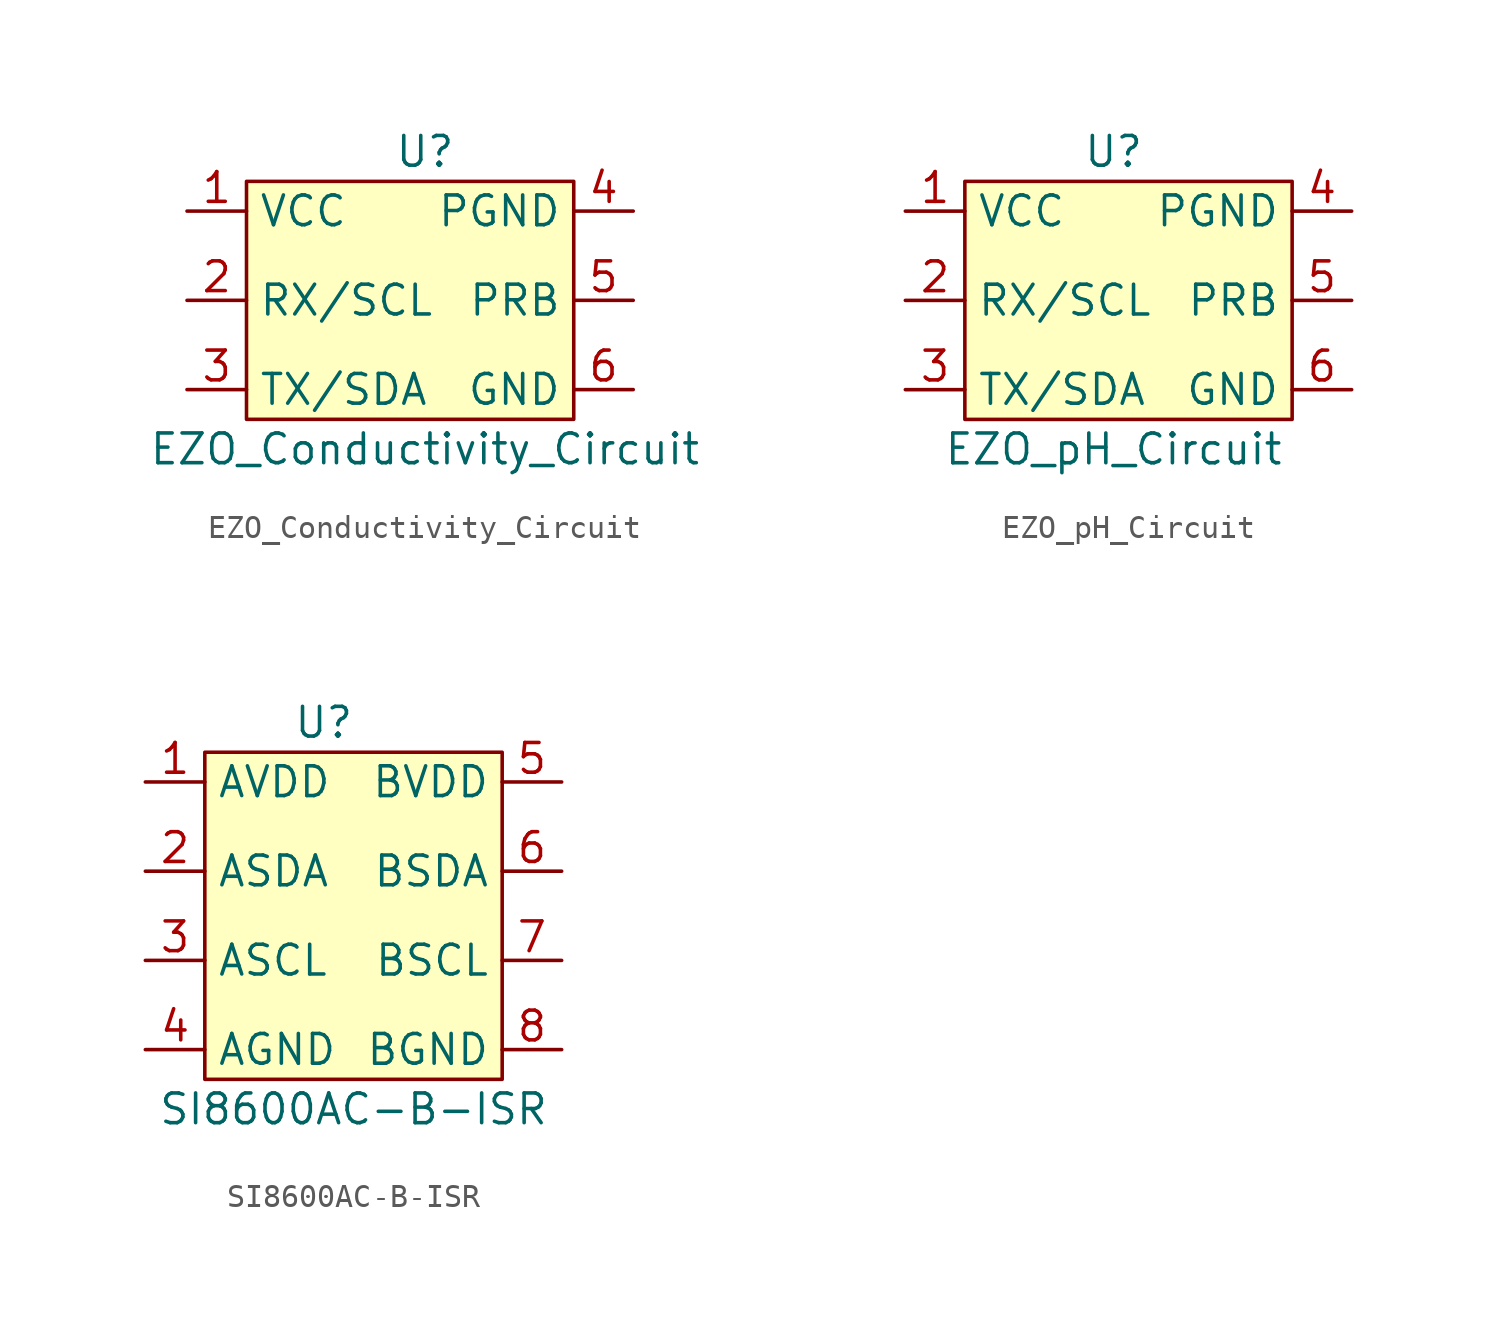
<source format=kicad_sym>
(kicad_symbol_lib
  (version 20211014)
  (generator kicad_symbol_editor)
  (symbol "EZO_Conductivity_Circuit"
    (property "Reference" "U"
      (at 0 7.62 0)
      (effects (font (size 1.27 1.27))))
    (property "Value" "EZO_Conductivity_Circuit"
      (at 0 -5.08 0)
      (effects (font (size 1.27 1.27))))
    (symbol "EZO_Conductivity_Circuit_0_1"
      (rectangle (start -7.62 6.35) (end 6.35 -3.81) (stroke (width 0) (type default) (color 0 0 0 0)) (fill (type background))))
    (symbol "EZO_Conductivity_Circuit_1_1"
      (pin input line (at -10.16 5.08 0) (length 2.54) (name "VCC" (effects (font (size 1.27 1.27)))) (number "1" (effects (font (size 1.27 1.27)))))
      (pin input line (at -10.16 1.27 0) (length 2.54) (name "RX/SCL" (effects (font (size 1.27 1.27)))) (number "2" (effects (font (size 1.27 1.27)))))
      (pin output line (at -10.16 -2.54 0) (length 2.54) (name "TX/SDA" (effects (font (size 1.27 1.27)))) (number "3" (effects (font (size 1.27 1.27)))))
      (pin input line (at 8.89 5.08 180) (length 2.54) (name "PGND" (effects (font (size 1.27 1.27)))) (number "4" (effects (font (size 1.27 1.27)))))
      (pin input line (at 8.89 1.27 180) (length 2.54) (name "PRB" (effects (font (size 1.27 1.27)))) (number "5" (effects (font (size 1.27 1.27)))))
      (pin input line (at 8.89 -2.54 180) (length 2.54) (name "GND" (effects (font (size 1.27 1.27)))) (number "6" (effects (font (size 1.27 1.27)))))))
  (symbol "EZO_pH_Circuit"
    (property "Reference" "U"
      (at 0 8.89 0)
      (effects (font (size 1.27 1.27))))
    (property "Value" "EZO_pH_Circuit"
      (at 0 -3.81 0)
      (effects (font (size 1.27 1.27))))
    (symbol "EZO_pH_Circuit_0_1"
      (rectangle (start -6.35 7.62) (end 7.62 -2.54) (stroke (width 0) (type default) (color 0 0 0 0)) (fill (type background))))
    (symbol "EZO_pH_Circuit_1_1"
      (pin input line (at -8.89 6.35 0) (length 2.54) (name "VCC" (effects (font (size 1.27 1.27)))) (number "1" (effects (font (size 1.27 1.27)))))
      (pin input line (at -8.89 2.54 0) (length 2.54) (name "RX/SCL" (effects (font (size 1.27 1.27)))) (number "2" (effects (font (size 1.27 1.27)))))
      (pin output line (at -8.89 -1.27 0) (length 2.54) (name "TX/SDA" (effects (font (size 1.27 1.27)))) (number "3" (effects (font (size 1.27 1.27)))))
      (pin input line (at 10.16 6.35 180) (length 2.54) (name "PGND" (effects (font (size 1.27 1.27)))) (number "4" (effects (font (size 1.27 1.27)))))
      (pin input line (at 10.16 2.54 180) (length 2.54) (name "PRB" (effects (font (size 1.27 1.27)))) (number "5" (effects (font (size 1.27 1.27)))))
      (pin input line (at 10.16 -1.27 180) (length 2.54) (name "GND" (effects (font (size 1.27 1.27)))) (number "6" (effects (font (size 1.27 1.27)))))))
  (symbol "SI8600AC-B-ISR"
    (property "Reference" "U"
      (at 0 5.08 0)
      (effects (font (size 1.27 1.27))))
    (property "Value" "SI8600AC-B-ISR"
      (at 1.27 -11.43 0)
      (effects (font (size 1.27 1.27))))
    (symbol "SI8600AC-B-ISR_0_1"
      (rectangle (start -5.08 3.81) (end 7.62 -10.16) (stroke (width 0) (type default) (color 0 0 0 0)) (fill (type background))))
    (symbol "SI8600AC-B-ISR_1_1"
      (pin output line (at -7.62 2.54 0) (length 2.54) (name "AVDD" (effects (font (size 1.27 1.27)))) (number "1" (effects (font (size 1.27 1.27)))))
      (pin output line (at -7.62 -1.27 0) (length 2.54) (name "ASDA" (effects (font (size 1.27 1.27)))) (number "2" (effects (font (size 1.27 1.27)))))
      (pin output line (at -7.62 -5.08 0) (length 2.54) (name "ASCL" (effects (font (size 1.27 1.27)))) (number "3" (effects (font (size 1.27 1.27)))))
      (pin output line (at -7.62 -8.89 0) (length 2.54) (name "AGND" (effects (font (size 1.27 1.27)))) (number "4" (effects (font (size 1.27 1.27)))))
      (pin input line (at 10.16 2.54 180) (length 2.54) (name "BVDD" (effects (font (size 1.27 1.27)))) (number "5" (effects (font (size 1.27 1.27)))))
      (pin input line (at 10.16 -1.27 180) (length 2.54) (name "BSDA" (effects (font (size 1.27 1.27)))) (number "6" (effects (font (size 1.27 1.27)))))
      (pin input line (at 10.16 -5.08 180) (length 2.54) (name "BSCL" (effects (font (size 1.27 1.27)))) (number "7" (effects (font (size 1.27 1.27)))))
      (pin input line (at 10.16 -8.89 180) (length 2.54) (name "BGND" (effects (font (size 1.27 1.27)))) (number "8" (effects (font (size 1.27 1.27))))))))
</source>
